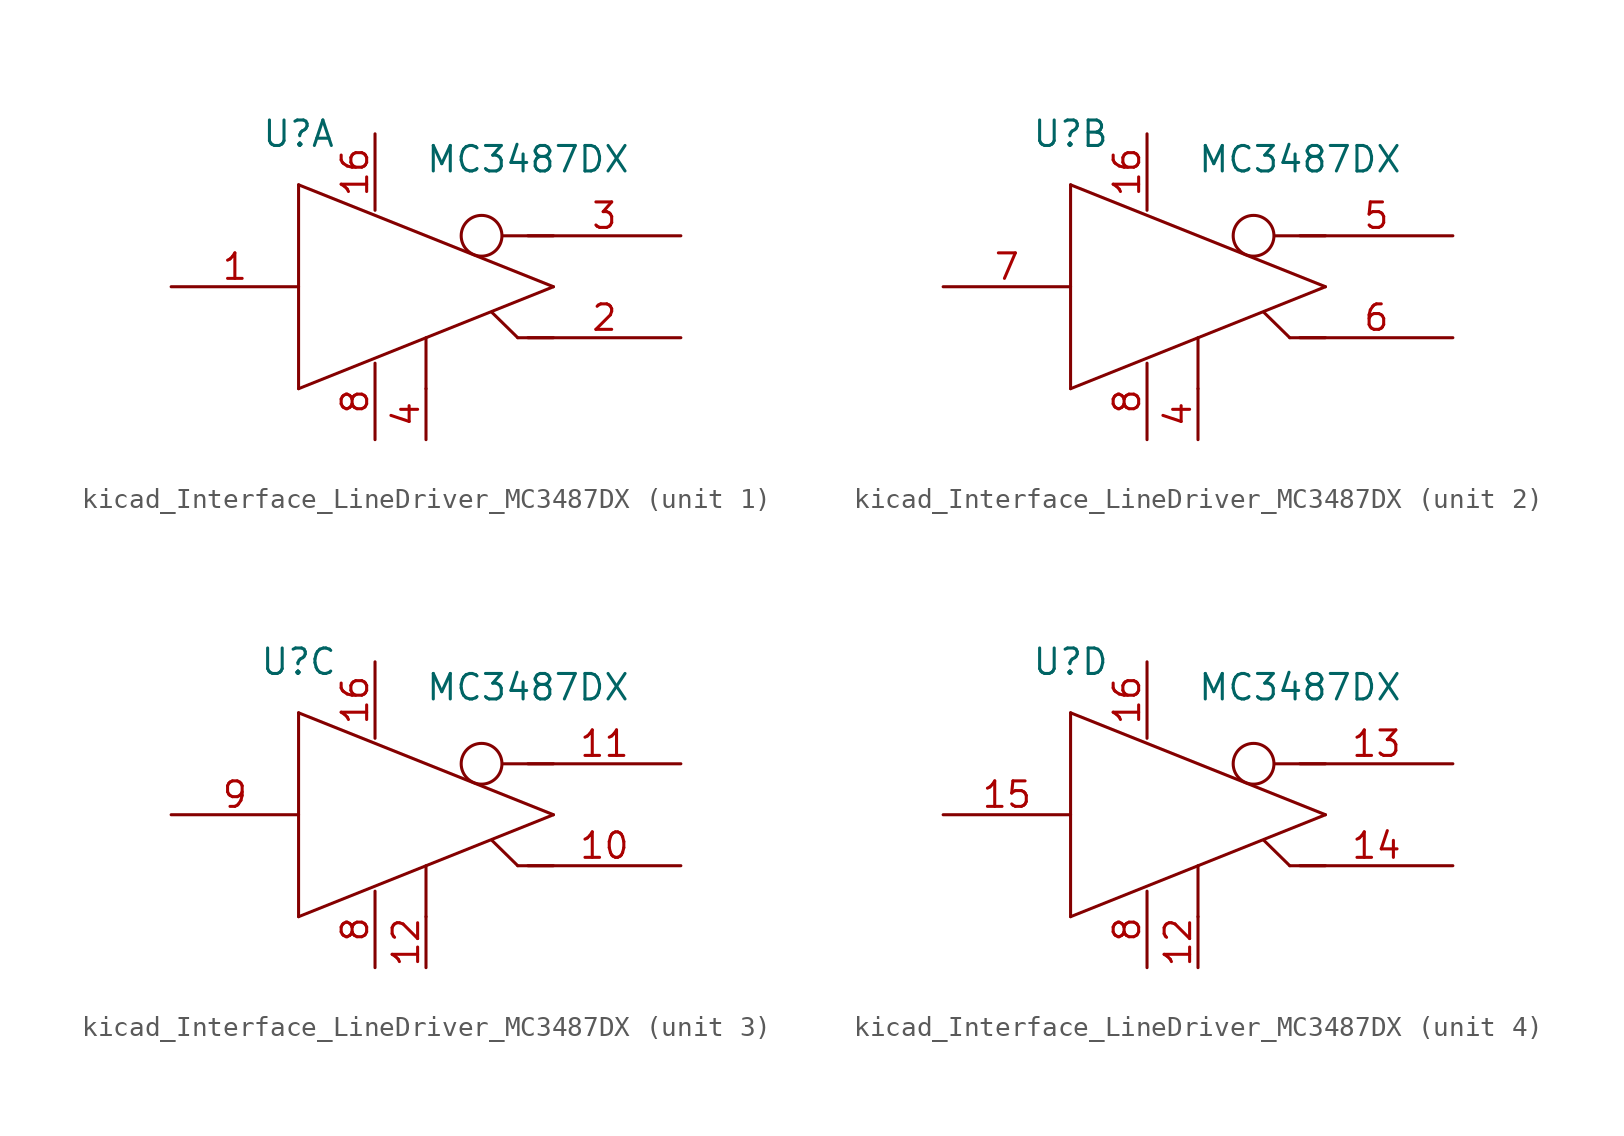
<source format=kicad_sym>
(kicad_symbol_lib
  (version 20220914)
  (generator kicad_symbol_editor)
  (symbol "kicad_Interface_LineDriver_MC3487DX"
    (pin_names
      (offset 1.016) hide)
    (property "Reference" "U"
      (at -6.35 7.62 0)
      (effects (font (size 1.27 1.27))))
    (property "Value" "MC3487DX"
      (at 5.08 6.35 0)
      (effects (font (size 1.27 1.27))))
    (symbol "kicad_Interface_LineDriver_MC3487DX_0_1"
      (polyline (pts (xy -6.35 -5.08) (xy 6.35 0)) (stroke (width 0) (type default)) (fill (type none)))
      (polyline (pts (xy -6.35 5.08) (xy -6.35 -5.08)) (stroke (width 0) (type default)) (fill (type none)))
      (polyline (pts (xy 0 -5.08) (xy 0 -2.54)) (stroke (width 0) (type default)) (fill (type none)))
      (polyline (pts (xy 3.81 2.54) (xy 6.35 2.54)) (stroke (width 0) (type default)) (fill (type none)))
      (polyline (pts (xy 4.572 -2.54) (xy 3.277 -1.27)) (stroke (width 0) (type default)) (fill (type none)))
      (polyline (pts (xy 6.35 -2.54) (xy 4.572 -2.54)) (stroke (width 0) (type default)) (fill (type none)))
      (polyline (pts (xy 6.35 0) (xy -6.35 5.08)) (stroke (width 0) (type default)) (fill (type none)))
      (circle (center 2.769 2.54) (radius 1.016) (stroke (width 0) (type default)) (fill (type none))))
    (symbol "kicad_Interface_LineDriver_MC3487DX_1_1"
      (pin input line (at -12.7 0 0) (length 6.35) (name "INPUT" (effects (font (size 1.27 1.27)))) (number "1" (effects (font (size 1.27 1.27)))))
      (pin power_in line (at -2.54 7.62 270) (length 3.81) (name "VCC" (effects (font (size 1.27 1.27)))) (number "16" (effects (font (size 1.27 1.27)))))
      (pin tri_state line (at 12.7 -2.54 180) (length 7.62) (name "OUT+" (effects (font (size 1.27 1.27)))) (number "2" (effects (font (size 1.27 1.27)))))
      (pin tri_state line (at 12.7 2.54 180) (length 7.62) (name "OUT-" (effects (font (size 1.27 1.27)))) (number "3" (effects (font (size 1.27 1.27)))))
      (pin input line (at 0 -7.62 90) (length 2.54) (name "ENABLE" (effects (font (size 1.27 1.27)))) (number "4" (effects (font (size 1.27 1.27)))))
      (pin power_in line (at -2.54 -7.62 90) (length 3.81) (name "GND" (effects (font (size 1.27 1.27)))) (number "8" (effects (font (size 1.27 1.27))))))
    (symbol "kicad_Interface_LineDriver_MC3487DX_2_1"
      (pin power_in line (at -2.54 7.62 270) (length 3.81) (name "VCC" (effects (font (size 1.27 1.27)))) (number "16" (effects (font (size 1.27 1.27)))))
      (pin input line (at 0 -7.62 90) (length 2.54) (name "ENABLE" (effects (font (size 1.27 1.27)))) (number "4" (effects (font (size 1.27 1.27)))))
      (pin tri_state line (at 12.7 2.54 180) (length 7.62) (name "OUT-" (effects (font (size 1.27 1.27)))) (number "5" (effects (font (size 1.27 1.27)))))
      (pin tri_state line (at 12.7 -2.54 180) (length 7.62) (name "OUT+" (effects (font (size 1.27 1.27)))) (number "6" (effects (font (size 1.27 1.27)))))
      (pin input line (at -12.7 0 0) (length 6.35) (name "INPUT" (effects (font (size 1.27 1.27)))) (number "7" (effects (font (size 1.27 1.27)))))
      (pin power_in line (at -2.54 -7.62 90) (length 3.81) (name "GND" (effects (font (size 1.27 1.27)))) (number "8" (effects (font (size 1.27 1.27))))))
    (symbol "kicad_Interface_LineDriver_MC3487DX_3_1"
      (pin tri_state line (at 12.7 -2.54 180) (length 7.62) (name "OUT+" (effects (font (size 1.27 1.27)))) (number "10" (effects (font (size 1.27 1.27)))))
      (pin tri_state line (at 12.7 2.54 180) (length 7.62) (name "OUT-" (effects (font (size 1.27 1.27)))) (number "11" (effects (font (size 1.27 1.27)))))
      (pin input line (at 0 -7.62 90) (length 2.54) (name "ENABLE" (effects (font (size 1.27 1.27)))) (number "12" (effects (font (size 1.27 1.27)))))
      (pin power_in line (at -2.54 7.62 270) (length 3.81) (name "VCC" (effects (font (size 1.27 1.27)))) (number "16" (effects (font (size 1.27 1.27)))))
      (pin power_in line (at -2.54 -7.62 90) (length 3.81) (name "GND" (effects (font (size 1.27 1.27)))) (number "8" (effects (font (size 1.27 1.27)))))
      (pin input line (at -12.7 0 0) (length 6.35) (name "INPUT" (effects (font (size 1.27 1.27)))) (number "9" (effects (font (size 1.27 1.27))))))
    (symbol "kicad_Interface_LineDriver_MC3487DX_4_1"
      (pin input line (at 0 -7.62 90) (length 2.54) (name "ENABLE" (effects (font (size 1.27 1.27)))) (number "12" (effects (font (size 1.27 1.27)))))
      (pin tri_state line (at 12.7 2.54 180) (length 7.62) (name "OUT-" (effects (font (size 1.27 1.27)))) (number "13" (effects (font (size 1.27 1.27)))))
      (pin tri_state line (at 12.7 -2.54 180) (length 7.62) (name "OUT+" (effects (font (size 1.27 1.27)))) (number "14" (effects (font (size 1.27 1.27)))))
      (pin input line (at -12.7 0 0) (length 6.35) (name "INPUT" (effects (font (size 1.27 1.27)))) (number "15" (effects (font (size 1.27 1.27)))))
      (pin power_in line (at -2.54 7.62 270) (length 3.81) (name "VCC" (effects (font (size 1.27 1.27)))) (number "16" (effects (font (size 1.27 1.27)))))
      (pin power_in line (at -2.54 -7.62 90) (length 3.81) (name "GND" (effects (font (size 1.27 1.27)))) (number "8" (effects (font (size 1.27 1.27))))))))
</source>
